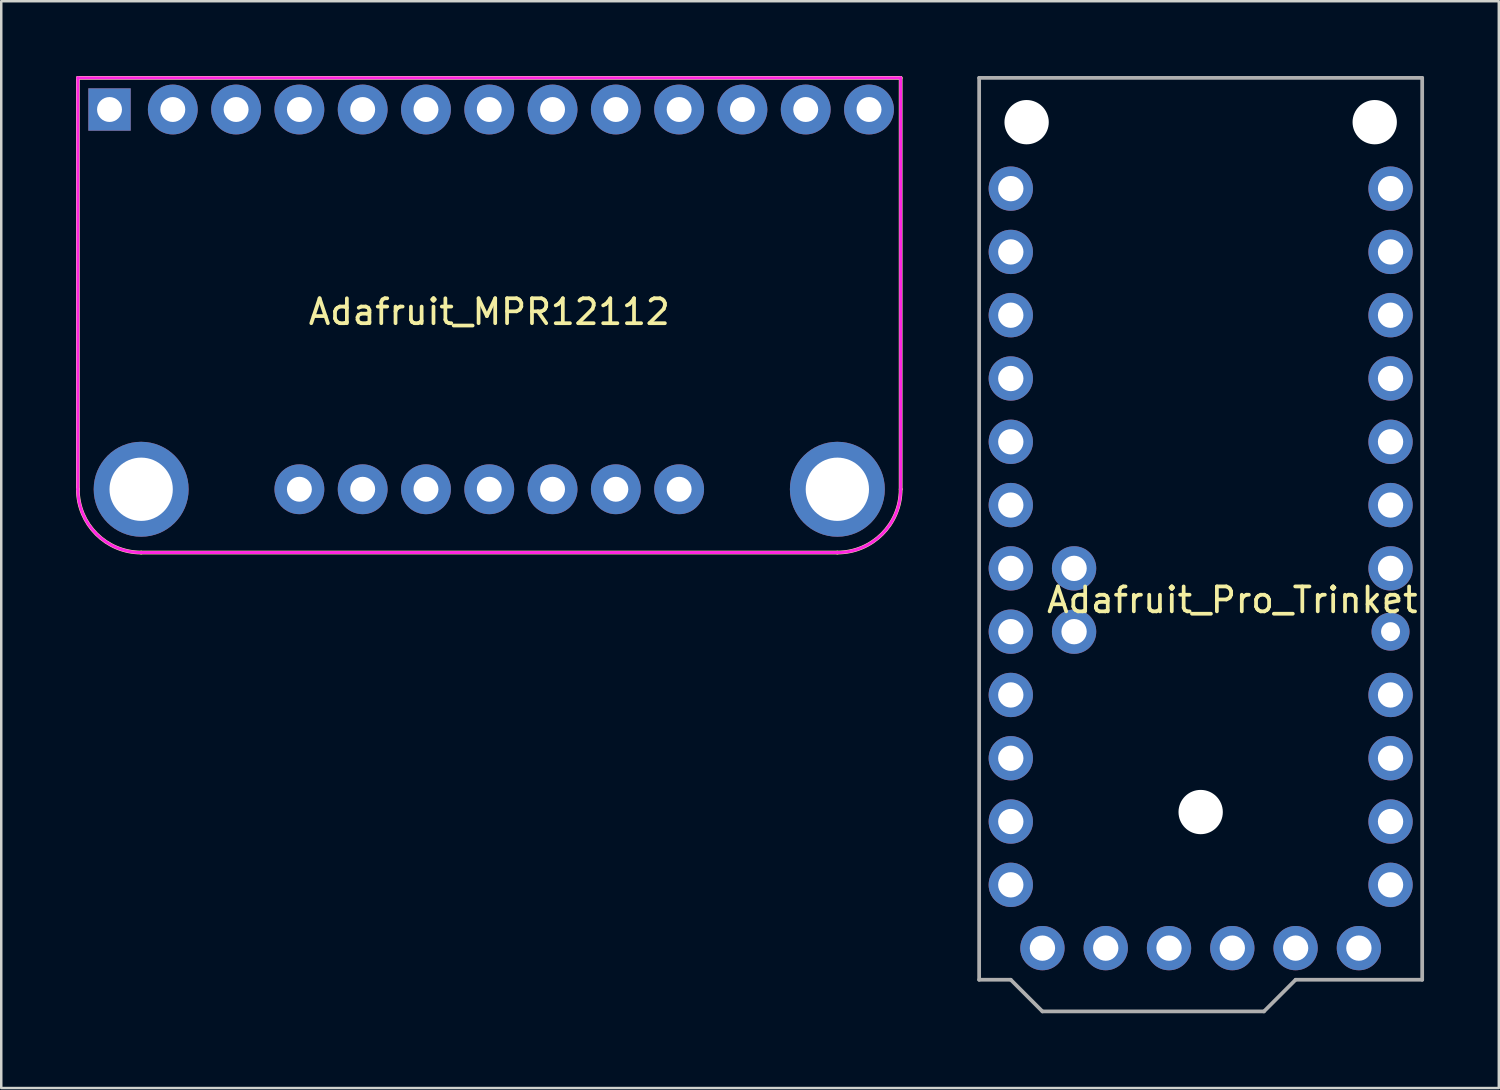
<source format=kicad_pcb>
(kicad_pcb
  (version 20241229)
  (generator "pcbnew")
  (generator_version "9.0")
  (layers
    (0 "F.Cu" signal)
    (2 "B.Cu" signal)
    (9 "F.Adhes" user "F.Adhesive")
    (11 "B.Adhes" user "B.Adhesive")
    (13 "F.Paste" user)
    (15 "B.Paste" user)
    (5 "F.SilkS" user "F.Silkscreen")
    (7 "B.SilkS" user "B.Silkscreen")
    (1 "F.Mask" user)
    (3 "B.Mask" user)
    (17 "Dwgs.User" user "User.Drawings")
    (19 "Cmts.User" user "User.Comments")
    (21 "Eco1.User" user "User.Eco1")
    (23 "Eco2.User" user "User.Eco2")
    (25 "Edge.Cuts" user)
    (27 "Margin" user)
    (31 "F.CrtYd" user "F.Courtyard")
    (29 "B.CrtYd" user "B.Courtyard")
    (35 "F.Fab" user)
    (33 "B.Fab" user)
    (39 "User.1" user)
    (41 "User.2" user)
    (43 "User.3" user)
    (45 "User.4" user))
  (footprint "Adafruit_Pro_Trinket"
    (layer "F.Cu")
    (at 45.135 19.76)
    (property "Reference" "Adafruit_Pro_Trinket" (at 1.27 1.27 0) (layer "F.SilkS") (effects (font (size 1 1) (thickness 0.15))))
    (attr through_hole)
    (fp_line (start -8.89 -19.685) (end 8.89 -19.685) (stroke (width 0.15) (type solid)) (layer "F.Fab"))
    (fp_line (start -8.89 16.51) (end -8.89 -19.685) (stroke (width 0.15) (type solid)) (layer "F.Fab"))
    (fp_line (start -7.62 16.51) (end -8.89 16.51) (stroke (width 0.15) (type solid)) (layer "F.Fab"))
    (fp_line (start -6.35 17.78) (end -7.62 16.51) (stroke (width 0.15) (type solid)) (layer "F.Fab"))
    (fp_line (start 2.54 17.78) (end -6.35 17.78) (stroke (width 0.15) (type solid)) (layer "F.Fab"))
    (fp_line (start 3.81 16.51) (end 2.54 17.78) (stroke (width 0.15) (type solid)) (layer "F.Fab"))
    (fp_line (start 8.89 -19.685) (end 8.89 16.51) (stroke (width 0.15) (type solid)) (layer "F.Fab"))
    (fp_line (start 8.89 16.51) (end 3.81 16.51) (stroke (width 0.15) (type solid)) (layer "F.Fab"))
    (pad "" np_thru_hole circle (at -6.985 -17.907) (size 1.778 1.778) (drill 1.778) (layers "*.Cu" "*.Mask"))
    (pad "" np_thru_hole circle (at 0 9.779) (size 1.778 1.778) (drill 1.778) (layers "*.Cu" "*.Mask"))
    (pad "" np_thru_hole circle (at 6.985 -17.907) (size 1.778 1.778) (drill 1.778) (layers "*.Cu" "*.Mask"))
    (pad "1" thru_hole circle (at -7.62 -15.24) (size 1.778 1.778) (drill 1.016) (layers "*.Cu" "*.Mask"))
    (pad "2" thru_hole circle (at -7.62 -12.7) (size 1.778 1.778) (drill 1.016) (layers "*.Cu" "*.Mask"))
    (pad "3" thru_hole circle (at -7.62 -10.16) (size 1.778 1.778) (drill 1.016) (layers "*.Cu" "*.Mask"))
    (pad "4" thru_hole circle (at -7.62 -7.62) (size 1.778 1.778) (drill 1.016) (layers "*.Cu" "*.Mask"))
    (pad "5" thru_hole circle (at -7.62 -5.08) (size 1.778 1.778) (drill 1.016) (layers "*.Cu" "*.Mask"))
    (pad "6" thru_hole circle (at -7.62 -2.54) (size 1.778 1.778) (drill 1.016) (layers "*.Cu" "*.Mask"))
    (pad "7" thru_hole circle (at -7.62 0) (size 1.778 1.778) (drill 1.016) (layers "*.Cu" "*.Mask"))
    (pad "8" thru_hole circle (at -7.62 2.54) (size 1.778 1.778) (drill 1.016) (layers "*.Cu" "*.Mask"))
    (pad "9" thru_hole circle (at -7.62 5.08) (size 1.778 1.778) (drill 1.016) (layers "*.Cu" "*.Mask"))
    (pad "10" thru_hole circle (at -7.62 7.62) (size 1.778 1.778) (drill 1.016) (layers "*.Cu" "*.Mask"))
    (pad "11" thru_hole circle (at -7.62 10.16) (size 1.778 1.778) (drill 1.016) (layers "*.Cu" "*.Mask"))
    (pad "12" thru_hole circle (at -7.62 12.7) (size 1.778 1.778) (drill 1.016) (layers "*.Cu" "*.Mask"))
    (pad "13" thru_hole circle (at -6.35 15.24) (size 1.778 1.778) (drill 1.016) (layers "*.Cu" "*.Mask"))
    (pad "14" thru_hole circle (at -3.81 15.24) (size 1.778 1.778) (drill 1.016) (layers "*.Cu" "*.Mask"))
    (pad "15" thru_hole circle (at -1.27 15.24) (size 1.778 1.778) (drill 1.016) (layers "*.Cu" "*.Mask"))
    (pad "16" thru_hole circle (at 1.27 15.24) (size 1.778 1.778) (drill 1.016) (layers "*.Cu" "*.Mask"))
    (pad "17" thru_hole circle (at 3.81 15.24) (size 1.778 1.778) (drill 1.016) (layers "*.Cu" "*.Mask"))
    (pad "18" thru_hole circle (at 6.35 15.24) (size 1.778 1.778) (drill 1.016) (layers "*.Cu" "*.Mask"))
    (pad "19" thru_hole circle (at 7.62 12.7) (size 1.778 1.778) (drill 1.016) (layers "*.Cu" "*.Mask"))
    (pad "20" thru_hole circle (at 7.62 10.16) (size 1.778 1.778) (drill 1.016) (layers "*.Cu" "*.Mask"))
    (pad "21" thru_hole circle (at 7.62 7.62) (size 1.778 1.778) (drill 1.016) (layers "*.Cu" "*.Mask"))
    (pad "22" thru_hole circle (at 7.62 5.08) (size 1.778 1.778) (drill 1.016) (layers "*.Cu" "*.Mask"))
    (pad "23" thru_hole circle (at 7.62 2.54) (size 1.524 1.524) (drill 0.762) (layers "*.Cu" "*.Mask"))
    (pad "24" thru_hole circle (at 7.62 0) (size 1.778 1.778) (drill 1.016) (layers "*.Cu" "*.Mask"))
    (pad "25" thru_hole circle (at 7.62 -2.54) (size 1.778 1.778) (drill 1.016) (layers "*.Cu" "*.Mask"))
    (pad "26" thru_hole circle (at 7.62 -5.08) (size 1.778 1.778) (drill 1.016) (layers "*.Cu" "*.Mask"))
    (pad "27" thru_hole circle (at 7.62 -7.62) (size 1.778 1.778) (drill 1.016) (layers "*.Cu" "*.Mask"))
    (pad "28" thru_hole circle (at 7.62 -10.16) (size 1.778 1.778) (drill 1.016) (layers "*.Cu" "*.Mask"))
    (pad "29" thru_hole circle (at 7.62 -12.7) (size 1.778 1.778) (drill 1.016) (layers "*.Cu" "*.Mask"))
    (pad "30" thru_hole circle (at 7.62 -15.24) (size 1.778 1.778) (drill 1.016) (layers "*.Cu" "*.Mask"))
    (pad "31" thru_hole circle (at -5.08 0) (size 1.778 1.778) (drill 1.016) (layers "*.Cu" "*.Mask"))
    (pad "32" thru_hole circle (at -5.08 2.54) (size 1.778 1.778) (drill 1.016) (layers "*.Cu" "*.Mask")))
  (footprint "Adafruit_MPR12112"
    (layer "F.Cu")
    (at 16.585 8.965)
    (property "Reference" "Adafruit_MPR12112" (at 0 0.5 0) (layer "F.SilkS") (effects (font (size 1 1) (thickness 0.15))))
    (attr through_hole)
    (fp_line (start -16.51 -8.89) (end -16.51 7.62) (stroke (width 0.15) (type solid)) (layer "F.SilkS"))
    (fp_line (start -13.97 10.16) (end 13.97 10.16) (stroke (width 0.15) (type solid)) (layer "F.SilkS"))
    (fp_line (start 16.51 -8.89) (end -16.51 -8.89) (stroke (width 0.15) (type solid)) (layer "F.SilkS"))
    (fp_line (start 16.51 7.62) (end 16.51 -8.89) (stroke (width 0.15) (type solid)) (layer "F.SilkS"))
    (fp_arc (start -13.97 10.16) (mid -15.766051 9.416051) (end -16.51 7.62) (stroke (width 0.15) (type solid)) (layer "F.SilkS"))
    (fp_arc (start 16.51 7.62) (mid 15.766051 9.416051) (end 13.97 10.16) (stroke (width 0.15) (type solid)) (layer "F.SilkS"))
    (fp_line (start -16.51 -8.89) (end -16.51 7.62) (stroke (width 0.12) (type solid)) (layer "F.CrtYd"))
    (fp_line (start -13.97 10.16) (end 13.97 10.16) (stroke (width 0.12) (type solid)) (layer "F.CrtYd"))
    (fp_line (start 16.51 -8.89) (end -16.51 -8.89) (stroke (width 0.12) (type solid)) (layer "F.CrtYd"))
    (fp_line (start 16.51 7.62) (end 16.51 -8.89) (stroke (width 0.12) (type solid)) (layer "F.CrtYd"))
    (fp_arc (start -13.97 10.16) (mid -15.766051 9.416051) (end -16.51 7.62) (stroke (width 0.12) (type solid)) (layer "F.CrtYd"))
    (fp_arc (start 16.51 7.62) (mid 15.766051 9.416051) (end 13.97 10.16) (stroke (width 0.12) (type solid)) (layer "F.CrtYd"))
    (pad "" np_thru_hole circle (at -13.97 7.62) (size 3.81 3.81) (drill 2.54) (layers "*.Cu" "*.Mask"))
    (pad "" np_thru_hole circle (at 13.97 7.62) (size 3.81 3.81) (drill 2.54) (layers "*.Cu" "*.Mask"))
    (pad "1" thru_hole rect (at -15.24 -7.62) (size 1.7 1.7) (drill 1) (layers "*.Cu" "*.Mask"))
    (pad "2" thru_hole circle (at -12.7 -7.62) (size 2 2) (drill 1) (layers "*.Cu" "*.Mask"))
    (pad "3" thru_hole circle (at -10.16 -7.62) (size 2 2) (drill 1) (layers "*.Cu" "*.Mask"))
    (pad "4" thru_hole circle (at -7.62 -7.62) (size 2 2) (drill 1) (layers "*.Cu" "*.Mask"))
    (pad "5" thru_hole circle (at -5.08 -7.62) (size 2 2) (drill 1) (layers "*.Cu" "*.Mask"))
    (pad "6" thru_hole circle (at -2.54 -7.62) (size 2 2) (drill 1) (layers "*.Cu" "*.Mask"))
    (pad "7" thru_hole circle (at 0 -7.62) (size 2 2) (drill 1) (layers "*.Cu" "*.Mask"))
    (pad "8" thru_hole circle (at 2.54 -7.62) (size 2 2) (drill 1) (layers "*.Cu" "*.Mask"))
    (pad "9" thru_hole circle (at 5.08 -7.62) (size 2 2) (drill 1) (layers "*.Cu" "*.Mask"))
    (pad "10" thru_hole circle (at 7.62 -7.62) (size 2 2) (drill 1) (layers "*.Cu" "*.Mask"))
    (pad "11" thru_hole circle (at 10.16 -7.62) (size 2 2) (drill 1) (layers "*.Cu" "*.Mask"))
    (pad "12" thru_hole circle (at 12.7 -7.62) (size 2 2) (drill 1) (layers "*.Cu" "*.Mask"))
    (pad "13" thru_hole circle (at 15.24 -7.62) (size 2 2) (drill 1) (layers "*.Cu" "*.Mask"))
    (pad "14" thru_hole circle (at -7.62 7.62) (size 2 2) (drill 1) (layers "*.Cu" "*.Mask"))
    (pad "15" thru_hole circle (at -5.08 7.62) (size 2 2) (drill 1) (layers "*.Cu" "*.Mask"))
    (pad "16" thru_hole circle (at -2.54 7.62) (size 2 2) (drill 1) (layers "*.Cu" "*.Mask"))
    (pad "17" thru_hole circle (at 0 7.62) (size 2 2) (drill 1) (layers "*.Cu" "*.Mask"))
    (pad "18" thru_hole circle (at 2.54 7.62) (size 2 2) (drill 1) (layers "*.Cu" "*.Mask"))
    (pad "19" thru_hole circle (at 5.08 7.62) (size 2 2) (drill 1) (layers "*.Cu" "*.Mask"))
    (pad "20" thru_hole circle (at 7.62 7.62) (size 2 2) (drill 1) (layers "*.Cu" "*.Mask")))
  (gr_rect
    (start -3 -3)
    (end 57.1 40.615)
    (stroke (width 0.1) (type default))
    (fill no)
    (layer "Edge.Cuts")))
</source>
